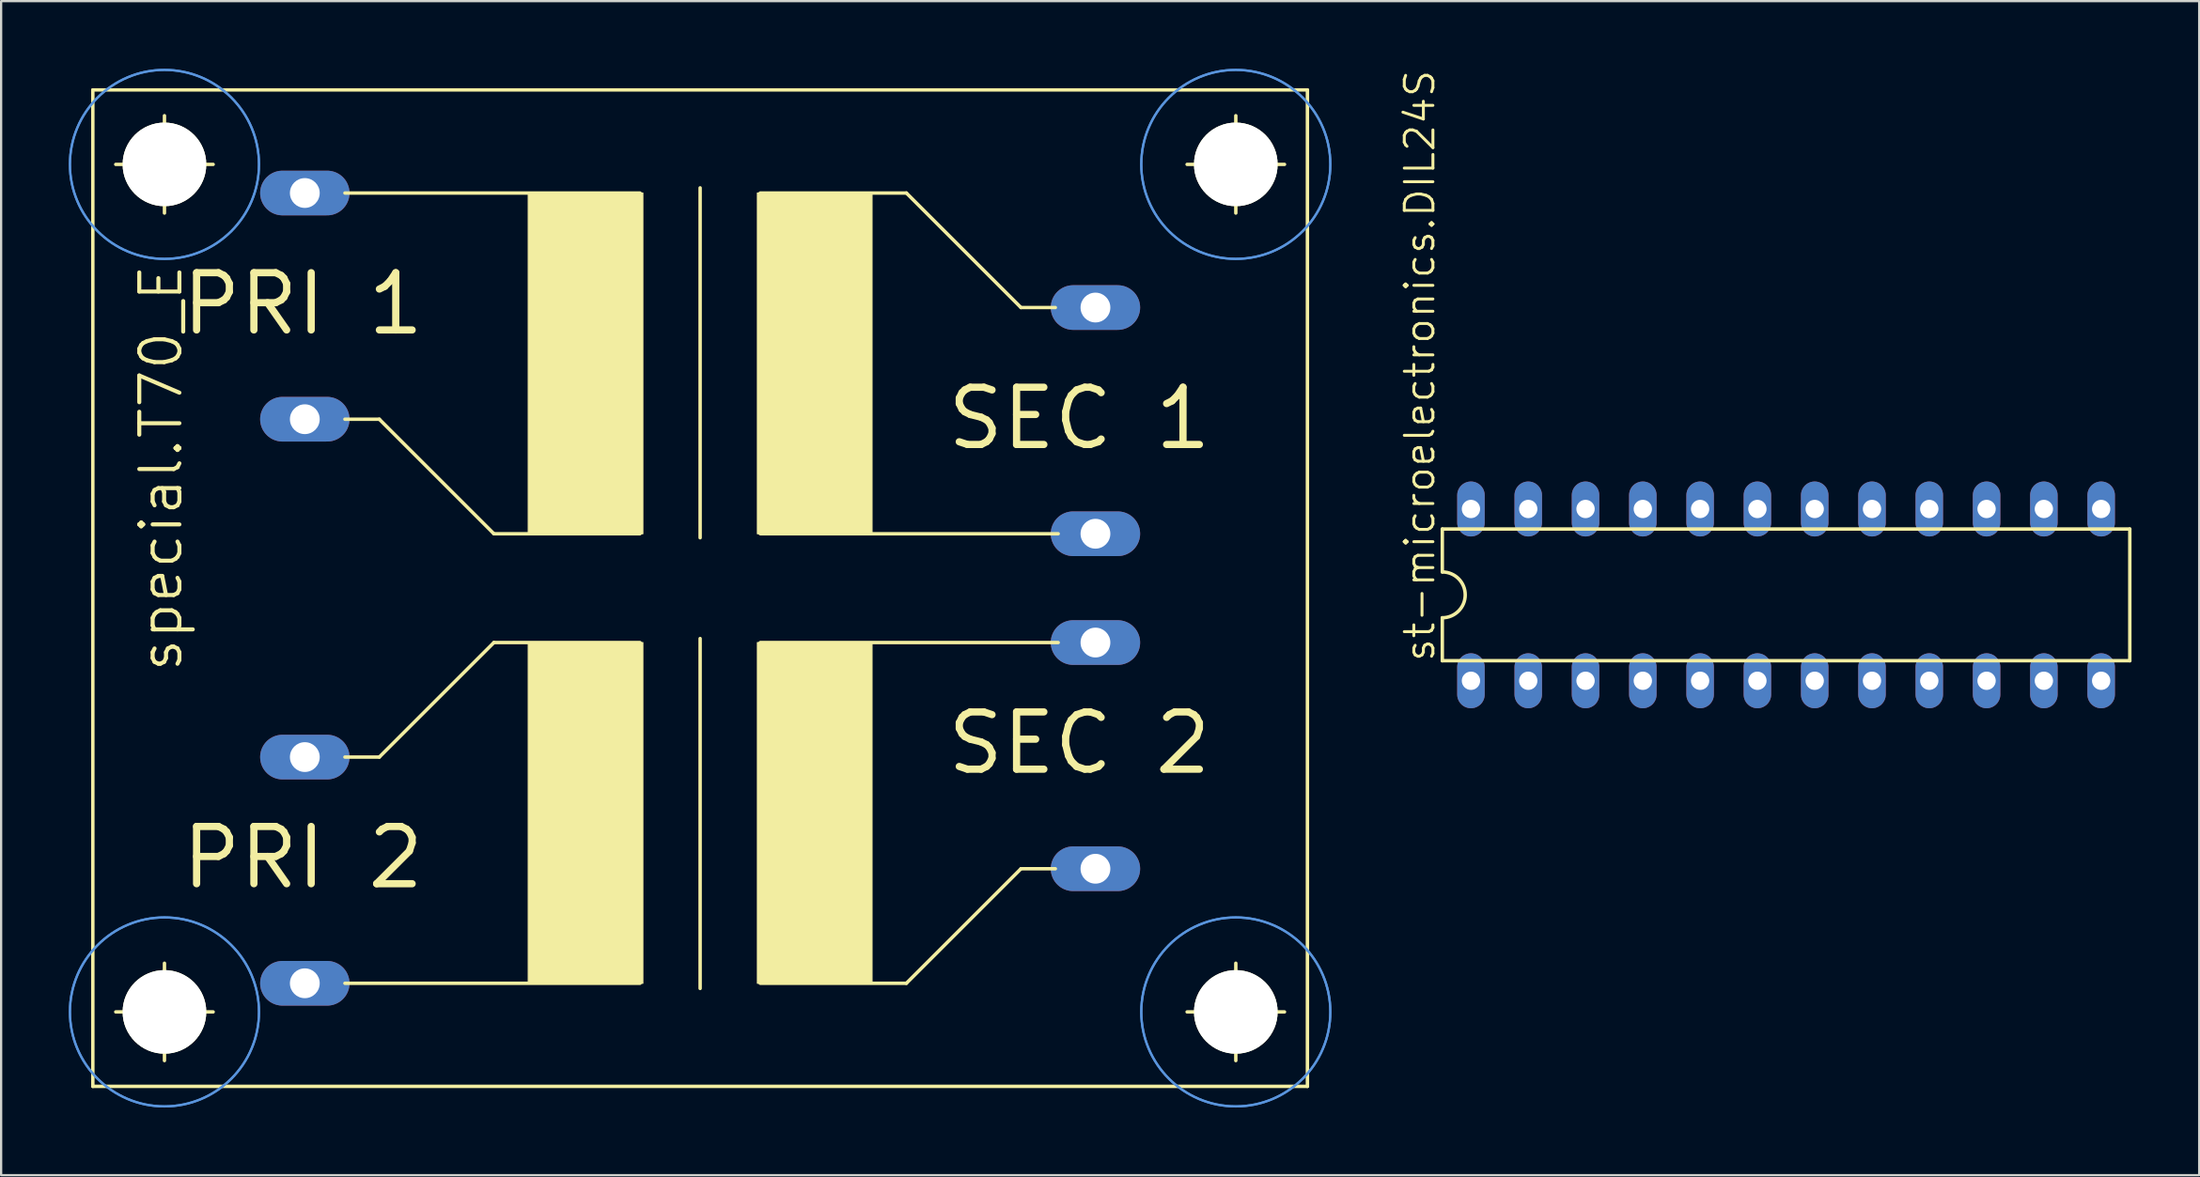
<source format=kicad_pcb>
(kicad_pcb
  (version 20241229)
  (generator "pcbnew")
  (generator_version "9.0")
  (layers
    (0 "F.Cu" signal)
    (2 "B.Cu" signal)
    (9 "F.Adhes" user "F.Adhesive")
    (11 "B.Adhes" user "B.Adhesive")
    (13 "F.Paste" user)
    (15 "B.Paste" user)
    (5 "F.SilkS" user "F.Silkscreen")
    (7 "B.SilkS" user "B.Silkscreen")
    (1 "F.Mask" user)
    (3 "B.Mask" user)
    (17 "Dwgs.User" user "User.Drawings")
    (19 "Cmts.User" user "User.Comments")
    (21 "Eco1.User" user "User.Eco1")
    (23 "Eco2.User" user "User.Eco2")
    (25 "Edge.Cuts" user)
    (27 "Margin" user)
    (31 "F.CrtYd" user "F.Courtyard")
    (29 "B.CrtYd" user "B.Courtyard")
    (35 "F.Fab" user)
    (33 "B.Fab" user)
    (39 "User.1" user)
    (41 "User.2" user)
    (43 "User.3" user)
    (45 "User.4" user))
  (footprint "special.T70_E"
    (layer "F.Cu")
    (at 27.99 23.037)
    (property "Reference" "special.T70_E" (at -22.86 3.81 90) (layer "F.SilkS") (effects (font (size 1.778 1.778) (thickness 0.18)) (justify left bottom)))
    (attr through_hole)
    (fp_line (start -26.924 -22.098) (end -26.924 22.098) (stroke (width 0.152) (type default)) (layer "F.SilkS"))
    (fp_line (start -23.749 -20.955) (end -23.749 -16.637) (stroke (width 0.152) (type default)) (layer "F.SilkS"))
    (fp_line (start -23.749 20.955) (end -23.749 16.637) (stroke (width 0.152) (type default)) (layer "F.SilkS"))
    (fp_line (start -21.59 -18.796) (end -25.908 -18.796) (stroke (width 0.152) (type default)) (layer "F.SilkS"))
    (fp_line (start -21.59 18.796) (end -25.908 18.796) (stroke (width 0.152) (type default)) (layer "F.SilkS"))
    (fp_line (start -15.748 -17.526) (end -2.667 -17.526) (stroke (width 0.152) (type default)) (layer "F.SilkS"))
    (fp_line (start -15.748 -7.493) (end -14.224 -7.493) (stroke (width 0.152) (type default)) (layer "F.SilkS"))
    (fp_line (start -15.748 7.493) (end -14.224 7.493) (stroke (width 0.152) (type default)) (layer "F.SilkS"))
    (fp_line (start -15.748 17.526) (end -2.667 17.526) (stroke (width 0.152) (type default)) (layer "F.SilkS"))
    (fp_line (start -9.144 -2.413) (end -14.224 -7.493) (stroke (width 0.152) (type default)) (layer "F.SilkS"))
    (fp_line (start -9.144 -2.413) (end -2.667 -2.413) (stroke (width 0.152) (type default)) (layer "F.SilkS"))
    (fp_line (start -9.144 2.413) (end -14.224 7.493) (stroke (width 0.152) (type default)) (layer "F.SilkS"))
    (fp_line (start -9.144 2.413) (end -2.667 2.413) (stroke (width 0.152) (type default)) (layer "F.SilkS"))
    (fp_line (start 0 -2.235) (end 0 -17.755) (stroke (width 0.152) (type default)) (layer "F.SilkS"))
    (fp_line (start 0 2.235) (end 0 17.755) (stroke (width 0.152) (type default)) (layer "F.SilkS"))
    (fp_line (start 2.667 -2.413) (end 15.875 -2.413) (stroke (width 0.152) (type default)) (layer "F.SilkS"))
    (fp_line (start 2.667 2.413) (end 15.875 2.413) (stroke (width 0.152) (type default)) (layer "F.SilkS"))
    (fp_line (start 9.144 -17.526) (end 2.667 -17.526) (stroke (width 0.152) (type default)) (layer "F.SilkS"))
    (fp_line (start 9.144 -17.526) (end 14.224 -12.446) (stroke (width 0.152) (type default)) (layer "F.SilkS"))
    (fp_line (start 9.144 17.526) (end 2.667 17.526) (stroke (width 0.152) (type default)) (layer "F.SilkS"))
    (fp_line (start 9.144 17.526) (end 14.224 12.446) (stroke (width 0.152) (type default)) (layer "F.SilkS"))
    (fp_line (start 15.748 -12.446) (end 14.224 -12.446) (stroke (width 0.152) (type default)) (layer "F.SilkS"))
    (fp_line (start 15.748 12.446) (end 14.224 12.446) (stroke (width 0.152) (type default)) (layer "F.SilkS"))
    (fp_line (start 21.59 -18.796) (end 25.908 -18.796) (stroke (width 0.152) (type default)) (layer "F.SilkS"))
    (fp_line (start 21.59 18.796) (end 25.908 18.796) (stroke (width 0.152) (type default)) (layer "F.SilkS"))
    (fp_line (start 23.749 -20.955) (end 23.749 -16.637) (stroke (width 0.152) (type default)) (layer "F.SilkS"))
    (fp_line (start 23.749 20.955) (end 23.749 16.637) (stroke (width 0.152) (type default)) (layer "F.SilkS"))
    (fp_line (start 26.924 -22.098) (end -26.924 -22.098) (stroke (width 0.152) (type default)) (layer "F.SilkS"))
    (fp_line (start 26.924 22.098) (end -26.924 22.098) (stroke (width 0.152) (type default)) (layer "F.SilkS"))
    (fp_line (start 26.924 22.098) (end 26.924 -22.098) (stroke (width 0.152) (type default)) (layer "F.SilkS"))
    (fp_rect (start -7.62 -2.413) (end -2.54 -17.526) (stroke (width 0.05) (type default)) (fill yes) (layer "F.SilkS"))
    (fp_rect (start -7.62 17.526) (end -2.54 2.413) (stroke (width 0.05) (type default)) (fill yes) (layer "F.SilkS"))
    (fp_rect (start 2.54 -2.413) (end 7.62 -17.526) (stroke (width 0.05) (type default)) (fill yes) (layer "F.SilkS"))
    (fp_rect (start 2.54 17.526) (end 7.62 2.413) (stroke (width 0.05) (type default)) (fill yes) (layer "F.SilkS"))
    (fp_circle (center -23.749 -18.796) (end -21.971 -18.796) (stroke (width 0.152) (type default)) (fill no) (layer "F.SilkS"))
    (fp_circle (center -23.749 18.796) (end -21.971 18.796) (stroke (width 0.152) (type default)) (fill no) (layer "F.SilkS"))
    (fp_circle (center 23.749 -18.796) (end 25.527 -18.796) (stroke (width 0.152) (type default)) (fill no) (layer "F.SilkS"))
    (fp_circle (center 23.749 18.796) (end 25.527 18.796) (stroke (width 0.152) (type default)) (fill no) (layer "F.SilkS"))
    (fp_circle (center -23.749 -18.796) (end -19.558 -18.796) (stroke (width 0.1) (type default)) (fill no) (layer "Cmts.User"))
    (fp_circle (center -23.749 -18.796) (end -19.558 -18.796) (stroke (width 0.1) (type default)) (fill no) (layer "Cmts.User"))
    (fp_circle (center -23.749 18.796) (end -19.558 18.796) (stroke (width 0.1) (type default)) (fill no) (layer "Cmts.User"))
    (fp_circle (center -23.749 18.796) (end -19.558 18.796) (stroke (width 0.1) (type default)) (fill no) (layer "Cmts.User"))
    (fp_circle (center 23.749 -18.796) (end 27.94 -18.796) (stroke (width 0.1) (type default)) (fill no) (layer "Cmts.User"))
    (fp_circle (center 23.749 -18.796) (end 27.94 -18.796) (stroke (width 0.1) (type default)) (fill no) (layer "Cmts.User"))
    (fp_circle (center 23.749 18.796) (end 27.94 18.796) (stroke (width 0.1) (type default)) (fill no) (layer "Cmts.User"))
    (fp_circle (center 23.749 18.796) (end 27.94 18.796) (stroke (width 0.1) (type default)) (fill no) (layer "Cmts.User"))
    (fp_text user "SEC 1" (at 10.795 -6.045 0) (layer "F.SilkS") (effects (font (size 2.54 2.54) (thickness 0.32)) (justify left bottom)))
    (fp_text user "PRI 1" (at -23.139 -11.125 0) (layer "F.SilkS") (effects (font (size 2.54 2.54) (thickness 0.32)) (justify left bottom)))
    (fp_text user "SEC 2" (at 10.795 8.357 0) (layer "F.SilkS") (effects (font (size 2.54 2.54) (thickness 0.32)) (justify left bottom)))
    (fp_text user "PRI 2" (at -23.139 13.437 0) (layer "F.SilkS") (effects (font (size 2.54 2.54) (thickness 0.32)) (justify left bottom)))
    (pad "" np_thru_hole circle (at -23.749 -18.796) (size 3.708 3.708) (drill 3.708) (layers "*.Cu" "*.Mask"))
    (pad "" np_thru_hole circle (at -23.749 18.796) (size 3.708 3.708) (drill 3.708) (layers "*.Cu" "*.Mask"))
    (pad "" np_thru_hole circle (at 23.749 -18.796) (size 3.708 3.708) (drill 3.708) (layers "*.Cu" "*.Mask"))
    (pad "" np_thru_hole circle (at 23.749 18.796) (size 3.708 3.708) (drill 3.708) (layers "*.Cu" "*.Mask"))
    (pad "1" thru_hole oval (at -17.526 -17.526) (size 3.962 1.981) (drill 1.321) (layers "*.Cu" "*.Mask"))
    (pad "2" thru_hole oval (at -17.526 -7.493) (size 3.962 1.981) (drill 1.321) (layers "*.Cu" "*.Mask"))
    (pad "3" thru_hole oval (at -17.526 7.493) (size 3.962 1.981) (drill 1.321) (layers "*.Cu" "*.Mask"))
    (pad "4" thru_hole oval (at -17.526 17.526) (size 3.962 1.981) (drill 1.321) (layers "*.Cu" "*.Mask"))
    (pad "5" thru_hole oval (at 17.526 -12.446) (size 3.962 1.981) (drill 1.321) (layers "*.Cu" "*.Mask"))
    (pad "6" thru_hole oval (at 17.526 -2.413) (size 3.962 1.981) (drill 1.321) (layers "*.Cu" "*.Mask"))
    (pad "7" thru_hole oval (at 17.526 2.413) (size 3.962 1.981) (drill 1.321) (layers "*.Cu" "*.Mask"))
    (pad "8" thru_hole oval (at 17.526 12.446) (size 3.962 1.981) (drill 1.321) (layers "*.Cu" "*.Mask")))
  (footprint "st-microelectronics.DIL24S"
    (layer "F.Cu")
    (at 76.134 23.335)
    (property "Reference" "st-microelectronics.DIL24S" (at -15.494 3.048 90) (layer "F.SilkS") (effects (font (size 1.27 1.27) (thickness 0.13)) (justify left bottom)))
    (attr through_hole)
    (fp_line (start -15.24 -2.921) (end -15.24 -1.016) (stroke (width 0.152) (type default)) (layer "F.SilkS"))
    (fp_line (start -15.24 2.921) (end -15.24 1.016) (stroke (width 0.152) (type default)) (layer "F.SilkS"))
    (fp_line (start -15.24 2.921) (end 15.24 2.921) (stroke (width 0.152) (type default)) (layer "F.SilkS"))
    (fp_line (start 15.24 -2.921) (end -15.24 -2.921) (stroke (width 0.152) (type default)) (layer "F.SilkS"))
    (fp_line (start 15.24 -2.921) (end 15.24 2.921) (stroke (width 0.152) (type default)) (layer "F.SilkS"))
    (fp_arc (start -15.24 -1.016) (mid -14.224 0) (end -15.24 1.016) (stroke (width 0.1524) (type default)) (layer "F.SilkS"))
    (pad "1" thru_hole oval (at -13.97 3.81 90) (size 2.438 1.219) (drill 0.813) (layers "*.Cu" "*.Mask"))
    (pad "2" thru_hole oval (at -11.43 3.81 90) (size 2.438 1.219) (drill 0.813) (layers "*.Cu" "*.Mask"))
    (pad "3" thru_hole oval (at -8.89 3.81 90) (size 2.438 1.219) (drill 0.813) (layers "*.Cu" "*.Mask"))
    (pad "4" thru_hole oval (at -6.35 3.81 90) (size 2.438 1.219) (drill 0.813) (layers "*.Cu" "*.Mask"))
    (pad "5" thru_hole oval (at -3.81 3.81 90) (size 2.438 1.219) (drill 0.813) (layers "*.Cu" "*.Mask"))
    (pad "6" thru_hole oval (at -1.27 3.81 90) (size 2.438 1.219) (drill 0.813) (layers "*.Cu" "*.Mask"))
    (pad "7" thru_hole oval (at 1.27 3.81 90) (size 2.438 1.219) (drill 0.813) (layers "*.Cu" "*.Mask"))
    (pad "8" thru_hole oval (at 3.81 3.81 90) (size 2.438 1.219) (drill 0.813) (layers "*.Cu" "*.Mask"))
    (pad "9" thru_hole oval (at 6.35 3.81 90) (size 2.438 1.219) (drill 0.813) (layers "*.Cu" "*.Mask"))
    (pad "10" thru_hole oval (at 8.89 3.81 90) (size 2.438 1.219) (drill 0.813) (layers "*.Cu" "*.Mask"))
    (pad "11" thru_hole oval (at 11.43 3.81 90) (size 2.438 1.219) (drill 0.813) (layers "*.Cu" "*.Mask"))
    (pad "12" thru_hole oval (at 13.97 3.81 90) (size 2.438 1.219) (drill 0.813) (layers "*.Cu" "*.Mask"))
    (pad "13" thru_hole oval (at 13.97 -3.81 90) (size 2.438 1.219) (drill 0.813) (layers "*.Cu" "*.Mask"))
    (pad "14" thru_hole oval (at 11.43 -3.81 90) (size 2.438 1.219) (drill 0.813) (layers "*.Cu" "*.Mask"))
    (pad "15" thru_hole oval (at 8.89 -3.81 90) (size 2.438 1.219) (drill 0.813) (layers "*.Cu" "*.Mask"))
    (pad "16" thru_hole oval (at 6.35 -3.81 90) (size 2.438 1.219) (drill 0.813) (layers "*.Cu" "*.Mask"))
    (pad "17" thru_hole oval (at 3.81 -3.81 90) (size 2.438 1.219) (drill 0.813) (layers "*.Cu" "*.Mask"))
    (pad "18" thru_hole oval (at 1.27 -3.81 90) (size 2.438 1.219) (drill 0.813) (layers "*.Cu" "*.Mask"))
    (pad "19" thru_hole oval (at -1.27 -3.81 90) (size 2.438 1.219) (drill 0.813) (layers "*.Cu" "*.Mask"))
    (pad "20" thru_hole oval (at -3.81 -3.81 90) (size 2.438 1.219) (drill 0.813) (layers "*.Cu" "*.Mask"))
    (pad "21" thru_hole oval (at -6.35 -3.81 90) (size 2.438 1.219) (drill 0.813) (layers "*.Cu" "*.Mask"))
    (pad "22" thru_hole oval (at -8.89 -3.81 90) (size 2.438 1.219) (drill 0.813) (layers "*.Cu" "*.Mask"))
    (pad "23" thru_hole oval (at -11.43 -3.81 90) (size 2.438 1.219) (drill 0.813) (layers "*.Cu" "*.Mask"))
    (pad "24" thru_hole oval (at -13.97 -3.81 90) (size 2.438 1.219) (drill 0.813) (layers "*.Cu" "*.Mask")))
  (gr_rect
    (start -3 -3)
    (end 94.45 49.074)
    (stroke (width 0.1) (type default))
    (fill no)
    (layer "Edge.Cuts")))
</source>
